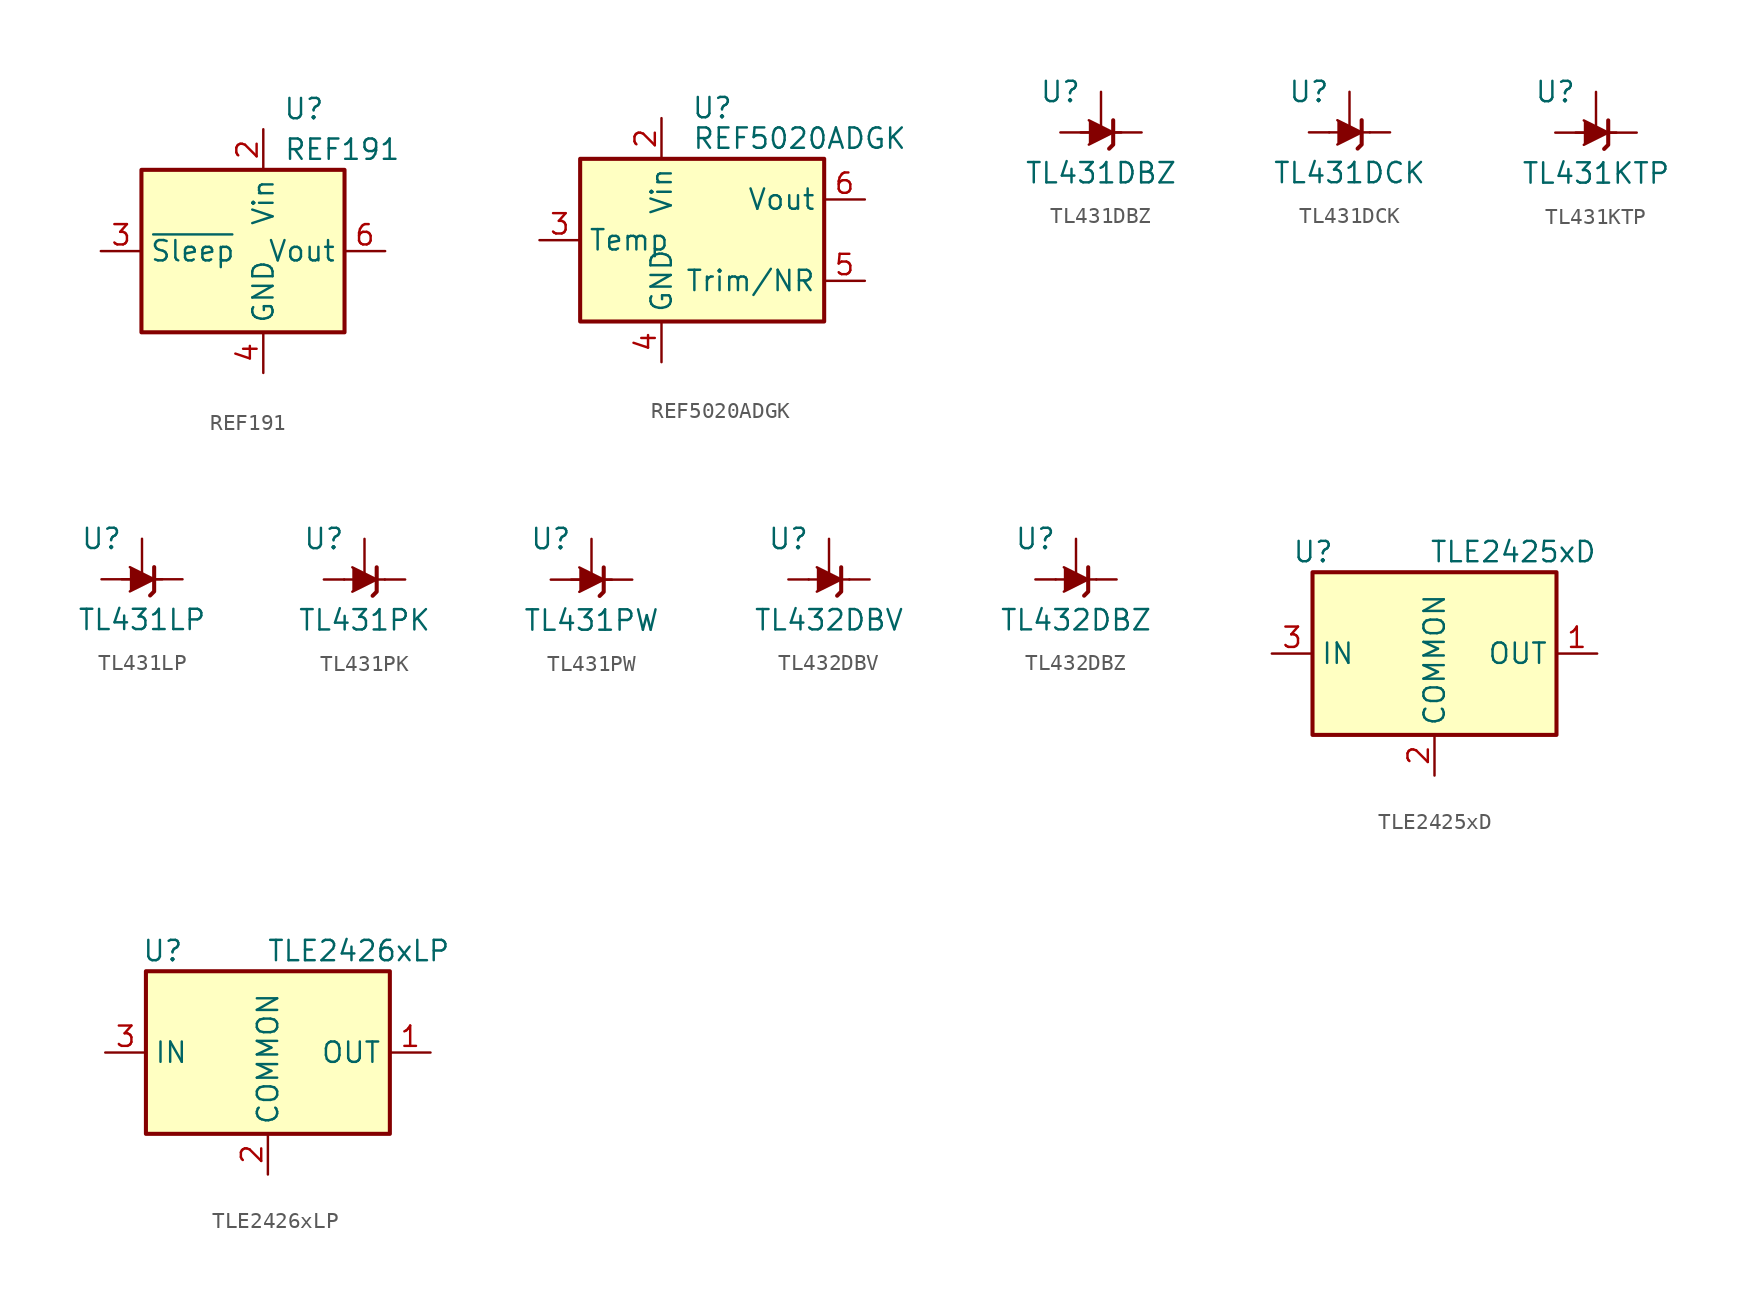
<source format=kicad_sym>
(kicad_symbol_lib
  (version 20201005)
  (generator kicad_symbol_editor)
  (symbol "REF191"
    (property "Reference" "U"
      (at 2.54 8.89 0)
      (effects (font (size 1.27 1.27))))
    (property "Value" "REF191"
      (at 1.27 6.35 0)
      (effects (font (size 1.27 1.27)) (justify left)))
    (symbol "REF191_0_1"
      (rectangle (start -7.62 5.08) (end 5.08 -5.08) (stroke (width 0.254)) (fill (type background))))
    (symbol "REF191_1_1"
      (pin no_connect line (at -7.62 2.54 0) (length 2.54) hide (name "TP" (effects (font (size 1.27 1.27)))) (number "1" (effects (font (size 1.27 1.27)))))
      (pin power_in line (at 0 7.62 270) (length 2.54) (name "Vin" (effects (font (size 1.27 1.27)))) (number "2" (effects (font (size 1.27 1.27)))))
      (pin input line (at -10.16 0 0) (length 2.54) (name "~Sleep~" (effects (font (size 1.27 1.27)))) (number "3" (effects (font (size 1.27 1.27)))))
      (pin power_in line (at 0 -7.62 90) (length 2.54) (name "GND" (effects (font (size 1.27 1.27)))) (number "4" (effects (font (size 1.27 1.27)))))
      (pin no_connect line (at -5.08 -5.08 90) (length 2.54) hide (name "TP" (effects (font (size 1.27 1.27)))) (number "5" (effects (font (size 1.27 1.27)))))
      (pin power_out line (at 7.62 0 180) (length 2.54) (name "Vout" (effects (font (size 1.27 1.27)))) (number "6" (effects (font (size 1.27 1.27)))))
      (pin no_connect line (at -2.54 -5.08 90) (length 2.54) hide (name "NC" (effects (font (size 1.27 1.27)))) (number "7" (effects (font (size 1.27 1.27)))))
      (pin no_connect line (at 2.54 -5.08 90) (length 2.54) hide (name "NC" (effects (font (size 1.27 1.27)))) (number "8" (effects (font (size 1.27 1.27)))))))
  (symbol "REF5020ADGK"
    (property "Reference" "U"
      (at 0.635 8.255 0)
      (effects (font (size 1.27 1.27))))
    (property "Value" "REF5020ADGK"
      (at -0.635 6.35 0)
      (effects (font (size 1.27 1.27)) (justify left)))
    (symbol "REF5020ADGK_0_1"
      (rectangle (start -7.62 5.08) (end 7.62 -5.08) (stroke (width 0.254)) (fill (type background))))
    (symbol "REF5020ADGK_1_1"
      (pin no_connect line (at -7.62 2.54 0) (length 2.54) hide (name "DNC" (effects (font (size 1.27 1.27)))) (number "1" (effects (font (size 1.27 1.27)))))
      (pin power_in line (at -2.54 7.62 270) (length 2.54) (name "Vin" (effects (font (size 1.27 1.27)))) (number "2" (effects (font (size 1.27 1.27)))))
      (pin passive line (at -10.16 0 0) (length 2.54) (name "Temp" (effects (font (size 1.27 1.27)))) (number "3" (effects (font (size 1.27 1.27)))))
      (pin power_in line (at -2.54 -7.62 90) (length 2.54) (name "GND" (effects (font (size 1.27 1.27)))) (number "4" (effects (font (size 1.27 1.27)))))
      (pin passive line (at 10.16 -2.54 180) (length 2.54) (name "Trim/NR" (effects (font (size 1.27 1.27)))) (number "5" (effects (font (size 1.27 1.27)))))
      (pin power_out line (at 10.16 2.54 180) (length 2.54) (name "Vout" (effects (font (size 1.27 1.27)))) (number "6" (effects (font (size 1.27 1.27)))))
      (pin no_connect line (at -5.08 -5.08 90) (length 2.54) hide (name "NC" (effects (font (size 1.27 1.27)))) (number "7" (effects (font (size 1.27 1.27)))))
      (pin no_connect line (at 7.62 0 180) (length 2.54) hide (name "DNC" (effects (font (size 1.27 1.27)))) (number "8" (effects (font (size 1.27 1.27)))))))
  (symbol "TL431DBZ"
    (pin_numbers hide)
    (pin_names hide)
    (property "Reference" "U"
      (at -2.54 2.54 0)
      (effects (font (size 1.27 1.27))))
    (property "Value" "TL431DBZ"
      (at 0 -2.54 0)
      (effects (font (size 1.27 1.27))))
    (symbol "TL431DBZ_0_1"
      (polyline (pts (xy -1.27 0) (xy 0 0) (xy 1.27 0)) (stroke (width 0)) (fill (type none)))
      (polyline (pts (xy -0.762 0.762) (xy 0.762 0) (xy -0.762 -0.762)) (stroke (width 0)) (fill (type outline)))
      (polyline (pts (xy 0.508 -1.016) (xy 0.762 -0.762) (xy 0.762 0.762) (xy 0.762 0.762)) (stroke (width 0.254)) (fill (type none))))
    (symbol "TL431DBZ_1_1"
      (pin passive line (at 2.54 0 180) (length 2.54) (name "K" (effects (font (size 1.27 1.27)))) (number "1" (effects (font (size 1.27 1.27)))))
      (pin passive line (at 0 2.54 270) (length 2.54) (name "REF" (effects (font (size 1.27 1.27)))) (number "2" (effects (font (size 1.27 1.27)))))
      (pin passive line (at -2.54 0 0) (length 2.54) (name "A" (effects (font (size 1.27 1.27)))) (number "3" (effects (font (size 1.27 1.27)))))))
  (symbol "TL431DCK"
    (pin_numbers hide)
    (pin_names hide)
    (property "Reference" "U"
      (at -2.54 2.54 0)
      (effects (font (size 1.27 1.27))))
    (property "Value" "TL431DCK"
      (at 0 -2.54 0)
      (effects (font (size 1.27 1.27))))
    (symbol "TL431DCK_0_1"
      (polyline (pts (xy -1.27 0) (xy 0 0) (xy 1.27 0)) (stroke (width 0)) (fill (type none)))
      (polyline (pts (xy -0.762 0.762) (xy 0.762 0) (xy -0.762 -0.762)) (stroke (width 0)) (fill (type outline)))
      (polyline (pts (xy 0.508 -1.016) (xy 0.762 -0.762) (xy 0.762 0.762) (xy 0.762 0.762)) (stroke (width 0.254)) (fill (type none))))
    (symbol "TL431DCK_1_1"
      (pin passive line (at 2.54 0 180) (length 1.27) (name "K" (effects (font (size 1.27 1.27)))) (number "1" (effects (font (size 1.27 1.27)))))
      (pin passive line (at 0 2.54 270) (length 2.54) (name "REF" (effects (font (size 1.27 1.27)))) (number "3" (effects (font (size 1.27 1.27)))))
      (pin passive line (at -2.54 0 0) (length 1.27) (name "A" (effects (font (size 1.27 1.27)))) (number "6" (effects (font (size 1.27 1.27)))))))
  (symbol "TL431KTP"
    (pin_numbers hide)
    (pin_names hide)
    (property "Reference" "U"
      (at -2.54 2.54 0)
      (effects (font (size 1.27 1.27))))
    (property "Value" "TL431KTP"
      (at 0 -2.54 0)
      (effects (font (size 1.27 1.27))))
    (symbol "TL431KTP_0_1"
      (polyline (pts (xy -1.27 0) (xy 0 0) (xy 1.27 0)) (stroke (width 0)) (fill (type none)))
      (polyline (pts (xy -0.762 0.762) (xy 0.762 0) (xy -0.762 -0.762)) (stroke (width 0)) (fill (type outline)))
      (polyline (pts (xy 0.508 -1.016) (xy 0.762 -0.762) (xy 0.762 0.762) (xy 0.762 0.762)) (stroke (width 0.254)) (fill (type none))))
    (symbol "TL431KTP_1_1"
      (pin passive line (at 0 2.54 270) (length 2.54) (name "REF" (effects (font (size 1.27 1.27)))) (number "1" (effects (font (size 1.27 1.27)))))
      (pin passive line (at -2.54 0 0) (length 2.54) (name "A" (effects (font (size 1.27 1.27)))) (number "2" (effects (font (size 1.27 1.27)))))
      (pin passive line (at 2.54 0 180) (length 2.54) (name "K" (effects (font (size 1.27 1.27)))) (number "3" (effects (font (size 1.27 1.27)))))))
  (symbol "TL431LP"
    (pin_numbers hide)
    (pin_names hide)
    (property "Reference" "U"
      (at -2.54 2.54 0)
      (effects (font (size 1.27 1.27))))
    (property "Value" "TL431LP"
      (at 0 -2.54 0)
      (effects (font (size 1.27 1.27))))
    (symbol "TL431LP_0_1"
      (polyline (pts (xy -1.27 0) (xy 0 0) (xy 1.27 0)) (stroke (width 0)) (fill (type none)))
      (polyline (pts (xy -0.762 0.762) (xy 0.762 0) (xy -0.762 -0.762)) (stroke (width 0)) (fill (type outline)))
      (polyline (pts (xy 0.508 -1.016) (xy 0.762 -0.762) (xy 0.762 0.762) (xy 0.762 0.762)) (stroke (width 0.254)) (fill (type none))))
    (symbol "TL431LP_1_1"
      (pin passive line (at 0 2.54 270) (length 2.54) (name "REF" (effects (font (size 1.27 1.27)))) (number "1" (effects (font (size 1.27 1.27)))))
      (pin passive line (at -2.54 0 0) (length 2.54) (name "A" (effects (font (size 1.27 1.27)))) (number "2" (effects (font (size 1.27 1.27)))))
      (pin passive line (at 2.54 0 180) (length 2.54) (name "K" (effects (font (size 1.27 1.27)))) (number "3" (effects (font (size 1.27 1.27)))))))
  (symbol "TL431PK"
    (pin_numbers hide)
    (pin_names hide)
    (property "Reference" "U"
      (at -2.54 2.54 0)
      (effects (font (size 1.27 1.27))))
    (property "Value" "TL431PK"
      (at 0 -2.54 0)
      (effects (font (size 1.27 1.27))))
    (symbol "TL431PK_0_1"
      (polyline (pts (xy -1.27 0) (xy 0 0) (xy 1.27 0)) (stroke (width 0)) (fill (type none)))
      (polyline (pts (xy -0.762 0.762) (xy 0.762 0) (xy -0.762 -0.762)) (stroke (width 0)) (fill (type outline)))
      (polyline (pts (xy 0.508 -1.016) (xy 0.762 -0.762) (xy 0.762 0.762) (xy 0.762 0.762)) (stroke (width 0.254)) (fill (type none))))
    (symbol "TL431PK_1_1"
      (pin passive line (at 0 2.54 270) (length 2.54) (name "REF" (effects (font (size 1.27 1.27)))) (number "1" (effects (font (size 1.27 1.27)))))
      (pin passive line (at -2.54 0 0) (length 1.27) (name "A" (effects (font (size 1.27 1.27)))) (number "2" (effects (font (size 1.27 1.27)))))
      (pin passive line (at 2.54 0 180) (length 1.27) (name "K" (effects (font (size 1.27 1.27)))) (number "3" (effects (font (size 1.27 1.27)))))))
  (symbol "TL431PW"
    (pin_numbers hide)
    (pin_names hide)
    (property "Reference" "U"
      (at -2.54 2.54 0)
      (effects (font (size 1.27 1.27))))
    (property "Value" "TL431PW"
      (at 0 -2.54 0)
      (effects (font (size 1.27 1.27))))
    (symbol "TL431PW_0_1"
      (polyline (pts (xy -1.27 0) (xy 0 0) (xy 1.27 0)) (stroke (width 0)) (fill (type none)))
      (polyline (pts (xy -0.762 0.762) (xy 0.762 0) (xy -0.762 -0.762)) (stroke (width 0)) (fill (type outline)))
      (polyline (pts (xy 0.508 -1.016) (xy 0.762 -0.762) (xy 0.762 0.762) (xy 0.762 0.762)) (stroke (width 0.254)) (fill (type none))))
    (symbol "TL431PW_1_1"
      (pin passive line (at 2.54 0 180) (length 2.54) (name "K" (effects (font (size 1.27 1.27)))) (number "1" (effects (font (size 1.27 1.27)))))
      (pin passive line (at -2.54 0 0) (length 2.54) (name "A" (effects (font (size 1.27 1.27)))) (number "6" (effects (font (size 1.27 1.27)))))
      (pin passive line (at 0 2.54 270) (length 2.54) (name "REF" (effects (font (size 1.27 1.27)))) (number "8" (effects (font (size 1.27 1.27)))))))
  (symbol "TL432DBV"
    (pin_numbers hide)
    (pin_names hide)
    (property "Reference" "U"
      (at -2.54 2.54 0)
      (effects (font (size 1.27 1.27))))
    (property "Value" "TL432DBV"
      (at 0 -2.54 0)
      (effects (font (size 1.27 1.27))))
    (symbol "TL432DBV_0_1"
      (polyline (pts (xy -1.27 0) (xy 0 0) (xy 1.27 0)) (stroke (width 0)) (fill (type none)))
      (polyline (pts (xy -0.762 0.762) (xy 0.762 0) (xy -0.762 -0.762)) (stroke (width 0)) (fill (type outline)))
      (polyline (pts (xy 0.508 -1.016) (xy 0.762 -0.762) (xy 0.762 0.762) (xy 0.762 0.762)) (stroke (width 0.254)) (fill (type none))))
    (symbol "TL432DBV_1_1"
      (pin passive line (at -2.54 0 0) (length 1.27) (name "A" (effects (font (size 1.27 1.27)))) (number "2" (effects (font (size 1.27 1.27)))))
      (pin passive line (at 2.54 0 180) (length 1.27) (name "K" (effects (font (size 1.27 1.27)))) (number "4" (effects (font (size 1.27 1.27)))))
      (pin passive line (at 0 2.54 270) (length 2.54) (name "REF" (effects (font (size 1.27 1.27)))) (number "5" (effects (font (size 1.27 1.27)))))))
  (symbol "TL432DBZ"
    (pin_numbers hide)
    (pin_names hide)
    (property "Reference" "U"
      (at -2.54 2.54 0)
      (effects (font (size 1.27 1.27))))
    (property "Value" "TL432DBZ"
      (at 0 -2.54 0)
      (effects (font (size 1.27 1.27))))
    (symbol "TL432DBZ_0_1"
      (polyline (pts (xy -1.27 0) (xy 0 0) (xy 1.27 0)) (stroke (width 0)) (fill (type none)))
      (polyline (pts (xy -0.762 0.762) (xy 0.762 0) (xy -0.762 -0.762)) (stroke (width 0)) (fill (type outline)))
      (polyline (pts (xy 0.508 -1.016) (xy 0.762 -0.762) (xy 0.762 0.762) (xy 0.762 0.762)) (stroke (width 0.254)) (fill (type none))))
    (symbol "TL432DBZ_1_1"
      (pin passive line (at 0 2.54 270) (length 2.54) (name "REF" (effects (font (size 1.27 1.27)))) (number "1" (effects (font (size 1.27 1.27)))))
      (pin passive line (at 2.54 0 180) (length 1.27) (name "K" (effects (font (size 1.27 1.27)))) (number "2" (effects (font (size 1.27 1.27)))))
      (pin passive line (at -2.54 0 0) (length 1.27) (name "A" (effects (font (size 1.27 1.27)))) (number "3" (effects (font (size 1.27 1.27)))))))
  (symbol "TLE2425xD"
    (property "Reference" "U"
      (at -8.89 6.35 0)
      (effects (font (size 1.27 1.27)) (justify left)))
    (property "Value" "TLE2425xD"
      (at 10.16 6.35 0)
      (effects (font (size 1.27 1.27)) (justify right)))
    (symbol "TLE2425xD_0_1"
      (rectangle (start 7.62 -5.08) (end -7.62 5.08) (stroke (width 0.254)) (fill (type background))))
    (symbol "TLE2425xD_1_1"
      (pin power_out line (at 10.16 0 180) (length 2.54) (name "OUT" (effects (font (size 1.27 1.27)))) (number "1" (effects (font (size 1.27 1.27)))))
      (pin power_in line (at 0 -7.62 90) (length 2.54) (name "COMMON" (effects (font (size 1.27 1.27)))) (number "2" (effects (font (size 1.27 1.27)))))
      (pin power_in line (at -10.16 0 0) (length 2.54) (name "IN" (effects (font (size 1.27 1.27)))) (number "3" (effects (font (size 1.27 1.27)))))
      (pin no_connect line (at -7.62 -2.54 0) (length 2.54) hide (name "NC" (effects (font (size 1.27 1.27)))) (number "4" (effects (font (size 1.27 1.27)))))
      (pin no_connect line (at -5.08 -5.08 90) (length 2.54) hide (name "NC" (effects (font (size 1.27 1.27)))) (number "5" (effects (font (size 1.27 1.27)))))
      (pin no_connect line (at 7.62 2.54 180) (length 2.54) hide (name "NC" (effects (font (size 1.27 1.27)))) (number "6" (effects (font (size 1.27 1.27)))))
      (pin no_connect line (at 7.62 -2.54 180) (length 2.54) hide (name "NC" (effects (font (size 1.27 1.27)))) (number "7" (effects (font (size 1.27 1.27)))))
      (pin no_connect line (at -7.62 2.54 0) (length 2.54) hide (name "NC" (effects (font (size 1.27 1.27)))) (number "8" (effects (font (size 1.27 1.27)))))))
  (symbol "TLE2426xLP"
    (property "Reference" "U"
      (at -7.874 6.35 0)
      (effects (font (size 1.27 1.27)) (justify left)))
    (property "Value" "TLE2426xLP"
      (at 11.43 6.35 0)
      (effects (font (size 1.27 1.27)) (justify right)))
    (symbol "TLE2426xLP_0_1"
      (rectangle (start -7.62 5.08) (end 7.62 -5.08) (stroke (width 0.254)) (fill (type background))))
    (symbol "TLE2426xLP_1_1"
      (pin power_out line (at 10.16 0 180) (length 2.54) (name "OUT" (effects (font (size 1.27 1.27)))) (number "1" (effects (font (size 1.27 1.27)))))
      (pin power_in line (at 0 -7.62 90) (length 2.54) (name "COMMON" (effects (font (size 1.27 1.27)))) (number "2" (effects (font (size 1.27 1.27)))))
      (pin power_in line (at -10.16 0 0) (length 2.54) (name "IN" (effects (font (size 1.27 1.27)))) (number "3" (effects (font (size 1.27 1.27))))))))
</source>
